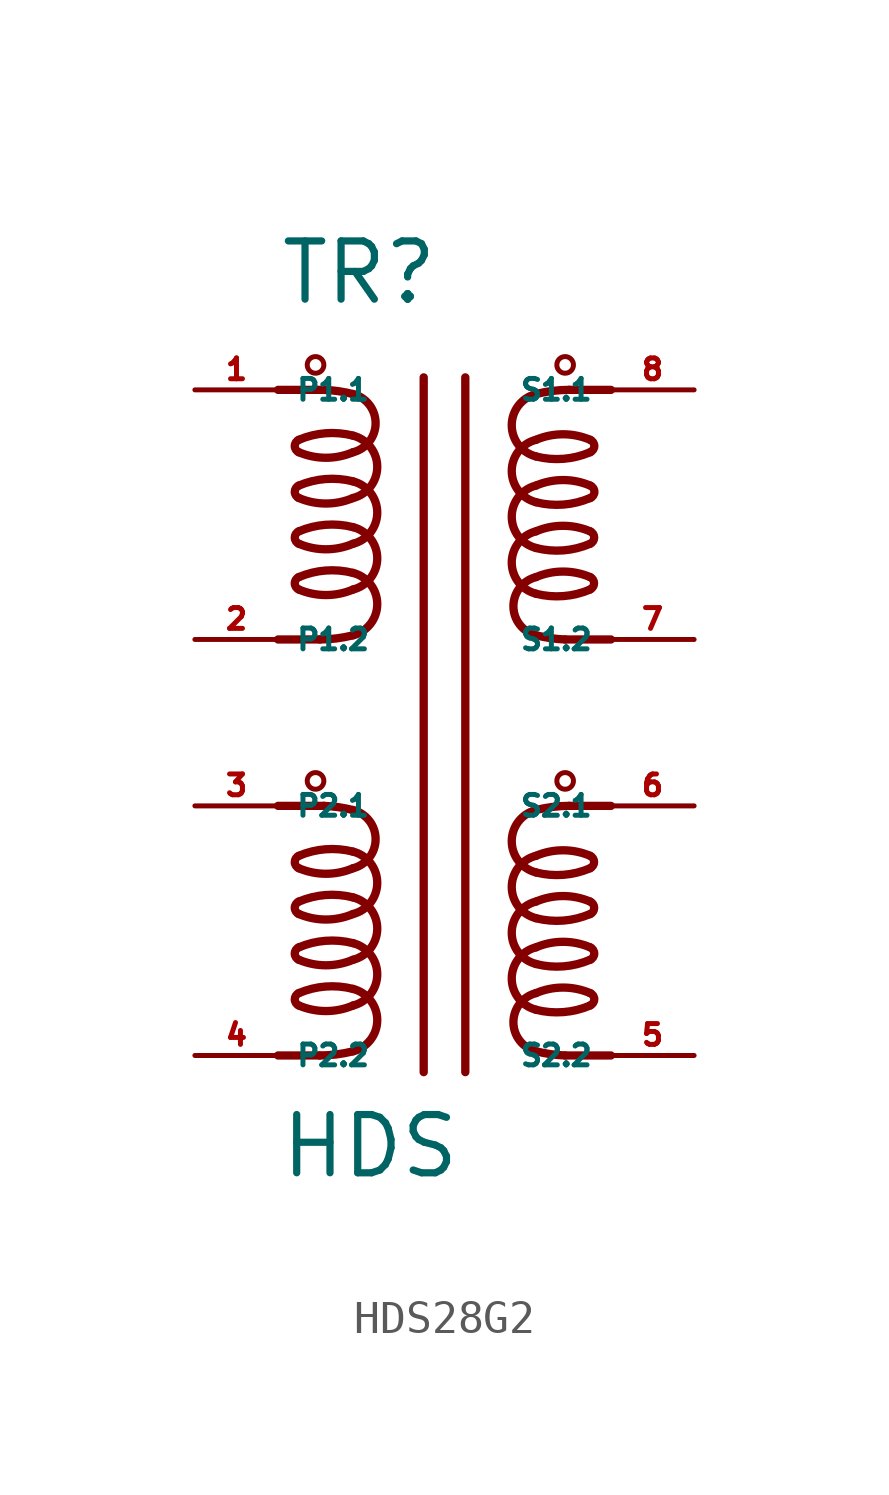
<source format=kicad_sym>
(kicad_symbol_lib
  (version 20220914)
  (generator Eagle2Kicad)
  (symbol "HDS28G2"
    (property "Reference" "TR"
      (at -5.08 12.7 0)
      (effects (font (size 1.778 1.778) (thickness 0.22)) (justify left bottom)))
    (property "Value" "HDS"
      (at -5.08 -13.97 0)
      (effects (font (size 1.778 1.778) (thickness 0.22)) (justify left bottom)))
    (polyline
      (pts (xy -0.635 10.541) (xy -0.635 -10.668))
      (stroke (width 0.254) (type default))
      (fill (type none)))
    (polyline
      (pts (xy 0.635 10.541) (xy 0.635 -10.668))
      (stroke (width 0.254) (type default))
      (fill (type none)))
    (polyline
      (pts (xy -5.08 10.16) (xy -3.683 10.16))
      (stroke (width 0.254) (type default))
      (fill (type none)))
    (polyline
      (pts (xy -5.08 2.54) (xy -3.81 2.54))
      (stroke (width 0.254) (type default))
      (fill (type none)))
    (arc
      (start -3.81 2.54)
      (mid -3.298 2.572)
      (end -2.794 2.667)
      (stroke (width 0.254) (type default))
      (fill (type none)))
    (arc
      (start -2.794 2.667)
      (mid -2.053 3.620)
      (end -2.794 4.572)
      (stroke (width 0.254) (type default))
      (fill (type none)))
    (arc
      (start -2.794 4.572)
      (mid -3.630 4.644)
      (end -4.445 4.445)
      (stroke (width 0.254) (type default))
      (fill (type none)))
    (arc
      (start -4.445 4.445)
      (mid -4.571 4.255)
      (end -4.445 4.064)
      (stroke (width 0.254) (type default))
      (fill (type none)))
    (arc
      (start -4.445 4.064)
      (mid -3.620 3.896)
      (end -2.794 4.064)
      (stroke (width 0.254) (type default))
      (fill (type none)))
    (arc
      (start -2.794 4.064)
      (mid -2.053 5.017)
      (end -2.794 5.969)
      (stroke (width 0.254) (type default))
      (fill (type none)))
    (arc
      (start -2.794 5.969)
      (mid -3.630 6.041)
      (end -4.445 5.842)
      (stroke (width 0.254) (type default))
      (fill (type none)))
    (arc
      (start -4.445 5.842)
      (mid -4.571 5.652)
      (end -4.445 5.461)
      (stroke (width 0.254) (type default))
      (fill (type none)))
    (arc
      (start -4.445 5.461)
      (mid -3.620 5.293)
      (end -2.794 5.461)
      (stroke (width 0.254) (type default))
      (fill (type none)))
    (arc
      (start -2.794 5.461)
      (mid -2.053 6.414)
      (end -2.794 7.366)
      (stroke (width 0.254) (type default))
      (fill (type none)))
    (arc
      (start -2.794 7.366)
      (mid -3.630 7.438)
      (end -4.445 7.239)
      (stroke (width 0.254) (type default))
      (fill (type none)))
    (arc
      (start -4.445 7.239)
      (mid -4.571 7.049)
      (end -4.445 6.858)
      (stroke (width 0.254) (type default))
      (fill (type none)))
    (arc
      (start -4.445 6.858)
      (mid -3.620 6.690)
      (end -2.794 6.858)
      (stroke (width 0.254) (type default))
      (fill (type none)))
    (arc
      (start -2.794 6.858)
      (mid -2.053 7.811)
      (end -2.794 8.763)
      (stroke (width 0.254) (type default))
      (fill (type none)))
    (arc
      (start -2.794 8.763)
      (mid -3.630 8.835)
      (end -4.445 8.636)
      (stroke (width 0.254) (type default))
      (fill (type none)))
    (arc
      (start -4.445 8.636)
      (mid -4.571 8.446)
      (end -4.445 8.255)
      (stroke (width 0.254) (type default))
      (fill (type none)))
    (arc
      (start -4.445 8.255)
      (mid -3.620 8.087)
      (end -2.794 8.255)
      (stroke (width 0.254) (type default))
      (fill (type none)))
    (arc
      (start -2.794 8.255)
      (mid -2.103 9.144)
      (end -2.794 10.033)
      (stroke (width 0.254) (type default))
      (fill (type none)))
    (arc
      (start -2.794 10.033)
      (mid -3.235 10.120)
      (end -3.683 10.16)
      (stroke (width 0.254) (type default))
      (fill (type none)))
    (polyline
      (pts (xy 5.08 2.54) (xy 3.683 2.54))
      (stroke (width 0.254) (type default))
      (fill (type none)))
    (polyline
      (pts (xy 5.08 10.16) (xy 3.81 10.16))
      (stroke (width 0.254) (type default))
      (fill (type none)))
    (arc
      (start 3.81 10.16)
      (mid 3.298 10.128)
      (end 2.794 10.033)
      (stroke (width 0.254) (type default))
      (fill (type none)))
    (arc
      (start 2.794 10.033)
      (mid 2.053 9.081)
      (end 2.794 8.128)
      (stroke (width 0.254) (type default))
      (fill (type none)))
    (arc
      (start 2.794 8.128)
      (mid 3.630 8.056)
      (end 4.445 8.255)
      (stroke (width 0.254) (type default))
      (fill (type none)))
    (arc
      (start 4.445 8.255)
      (mid 4.571 8.446)
      (end 4.445 8.636)
      (stroke (width 0.254) (type default))
      (fill (type none)))
    (arc
      (start 4.445 8.636)
      (mid 3.620 8.804)
      (end 2.794 8.636)
      (stroke (width 0.254) (type default))
      (fill (type none)))
    (arc
      (start 2.794 8.636)
      (mid 2.053 7.684)
      (end 2.794 6.731)
      (stroke (width 0.254) (type default))
      (fill (type none)))
    (arc
      (start 2.794 6.731)
      (mid 3.630 6.659)
      (end 4.445 6.858)
      (stroke (width 0.254) (type default))
      (fill (type none)))
    (arc
      (start 4.445 6.858)
      (mid 4.571 7.049)
      (end 4.445 7.239)
      (stroke (width 0.254) (type default))
      (fill (type none)))
    (arc
      (start 4.445 7.239)
      (mid 3.620 7.407)
      (end 2.794 7.239)
      (stroke (width 0.254) (type default))
      (fill (type none)))
    (arc
      (start 2.794 7.239)
      (mid 2.053 6.287)
      (end 2.794 5.334)
      (stroke (width 0.254) (type default))
      (fill (type none)))
    (arc
      (start 2.794 5.334)
      (mid 3.630 5.262)
      (end 4.445 5.461)
      (stroke (width 0.254) (type default))
      (fill (type none)))
    (arc
      (start 4.445 5.461)
      (mid 4.571 5.652)
      (end 4.445 5.842)
      (stroke (width 0.254) (type default))
      (fill (type none)))
    (arc
      (start 4.445 5.842)
      (mid 3.620 6.010)
      (end 2.794 5.842)
      (stroke (width 0.254) (type default))
      (fill (type none)))
    (arc
      (start 2.794 5.842)
      (mid 2.053 4.890)
      (end 2.794 3.937)
      (stroke (width 0.254) (type default))
      (fill (type none)))
    (arc
      (start 2.794 3.937)
      (mid 3.630 3.865)
      (end 4.445 4.064)
      (stroke (width 0.254) (type default))
      (fill (type none)))
    (arc
      (start 4.445 4.064)
      (mid 4.571 4.255)
      (end 4.445 4.445)
      (stroke (width 0.254) (type default))
      (fill (type none)))
    (arc
      (start 4.445 4.445)
      (mid 3.620 4.613)
      (end 2.794 4.445)
      (stroke (width 0.254) (type default))
      (fill (type none)))
    (arc
      (start 2.794 4.445)
      (mid 2.103 3.556)
      (end 2.794 2.667)
      (stroke (width 0.254) (type default))
      (fill (type none)))
    (arc
      (start 2.794 2.667)
      (mid 3.235 2.580)
      (end 3.683 2.54)
      (stroke (width 0.254) (type default))
      (fill (type none)))
    (polyline
      (pts (xy -5.08 -2.54) (xy -3.683 -2.54))
      (stroke (width 0.254) (type default))
      (fill (type none)))
    (polyline
      (pts (xy -5.08 -10.16) (xy -3.81 -10.16))
      (stroke (width 0.254) (type default))
      (fill (type none)))
    (arc
      (start -3.81 -10.16)
      (mid -3.298 -10.128)
      (end -2.794 -10.033)
      (stroke (width 0.254) (type default))
      (fill (type none)))
    (arc
      (start -2.794 -10.033)
      (mid -2.053 -9.081)
      (end -2.794 -8.128)
      (stroke (width 0.254) (type default))
      (fill (type none)))
    (arc
      (start -2.794 -8.128)
      (mid -3.630 -8.056)
      (end -4.445 -8.255)
      (stroke (width 0.254) (type default))
      (fill (type none)))
    (arc
      (start -4.445 -8.255)
      (mid -4.571 -8.446)
      (end -4.445 -8.636)
      (stroke (width 0.254) (type default))
      (fill (type none)))
    (arc
      (start -4.445 -8.636)
      (mid -3.620 -8.804)
      (end -2.794 -8.636)
      (stroke (width 0.254) (type default))
      (fill (type none)))
    (arc
      (start -2.794 -8.636)
      (mid -2.053 -7.684)
      (end -2.794 -6.731)
      (stroke (width 0.254) (type default))
      (fill (type none)))
    (arc
      (start -2.794 -6.731)
      (mid -3.630 -6.659)
      (end -4.445 -6.858)
      (stroke (width 0.254) (type default))
      (fill (type none)))
    (arc
      (start -4.445 -6.858)
      (mid -4.571 -7.049)
      (end -4.445 -7.239)
      (stroke (width 0.254) (type default))
      (fill (type none)))
    (arc
      (start -4.445 -7.239)
      (mid -3.620 -7.407)
      (end -2.794 -7.239)
      (stroke (width 0.254) (type default))
      (fill (type none)))
    (arc
      (start -2.794 -7.239)
      (mid -2.053 -6.287)
      (end -2.794 -5.334)
      (stroke (width 0.254) (type default))
      (fill (type none)))
    (arc
      (start -2.794 -5.334)
      (mid -3.630 -5.262)
      (end -4.445 -5.461)
      (stroke (width 0.254) (type default))
      (fill (type none)))
    (arc
      (start -4.445 -5.461)
      (mid -4.571 -5.652)
      (end -4.445 -5.842)
      (stroke (width 0.254) (type default))
      (fill (type none)))
    (arc
      (start -4.445 -5.842)
      (mid -3.620 -6.010)
      (end -2.794 -5.842)
      (stroke (width 0.254) (type default))
      (fill (type none)))
    (arc
      (start -2.794 -5.842)
      (mid -2.053 -4.890)
      (end -2.794 -3.937)
      (stroke (width 0.254) (type default))
      (fill (type none)))
    (arc
      (start -2.794 -3.937)
      (mid -3.630 -3.865)
      (end -4.445 -4.064)
      (stroke (width 0.254) (type default))
      (fill (type none)))
    (arc
      (start -4.445 -4.064)
      (mid -4.571 -4.255)
      (end -4.445 -4.445)
      (stroke (width 0.254) (type default))
      (fill (type none)))
    (arc
      (start -4.445 -4.445)
      (mid -3.620 -4.613)
      (end -2.794 -4.445)
      (stroke (width 0.254) (type default))
      (fill (type none)))
    (arc
      (start -2.794 -4.445)
      (mid -2.103 -3.556)
      (end -2.794 -2.667)
      (stroke (width 0.254) (type default))
      (fill (type none)))
    (arc
      (start -2.794 -2.667)
      (mid -3.235 -2.580)
      (end -3.683 -2.54)
      (stroke (width 0.254) (type default))
      (fill (type none)))
    (polyline
      (pts (xy 5.08 -10.16) (xy 3.683 -10.16))
      (stroke (width 0.254) (type default))
      (fill (type none)))
    (polyline
      (pts (xy 5.08 -2.54) (xy 3.81 -2.54))
      (stroke (width 0.254) (type default))
      (fill (type none)))
    (arc
      (start 3.81 -2.54)
      (mid 3.298 -2.572)
      (end 2.794 -2.667)
      (stroke (width 0.254) (type default))
      (fill (type none)))
    (arc
      (start 2.794 -2.667)
      (mid 2.053 -3.620)
      (end 2.794 -4.572)
      (stroke (width 0.254) (type default))
      (fill (type none)))
    (arc
      (start 2.794 -4.572)
      (mid 3.630 -4.644)
      (end 4.445 -4.445)
      (stroke (width 0.254) (type default))
      (fill (type none)))
    (arc
      (start 4.445 -4.445)
      (mid 4.571 -4.255)
      (end 4.445 -4.064)
      (stroke (width 0.254) (type default))
      (fill (type none)))
    (arc
      (start 4.445 -4.064)
      (mid 3.620 -3.896)
      (end 2.794 -4.064)
      (stroke (width 0.254) (type default))
      (fill (type none)))
    (arc
      (start 2.794 -4.064)
      (mid 2.053 -5.017)
      (end 2.794 -5.969)
      (stroke (width 0.254) (type default))
      (fill (type none)))
    (arc
      (start 2.794 -5.969)
      (mid 3.630 -6.041)
      (end 4.445 -5.842)
      (stroke (width 0.254) (type default))
      (fill (type none)))
    (arc
      (start 4.445 -5.842)
      (mid 4.571 -5.652)
      (end 4.445 -5.461)
      (stroke (width 0.254) (type default))
      (fill (type none)))
    (arc
      (start 4.445 -5.461)
      (mid 3.620 -5.293)
      (end 2.794 -5.461)
      (stroke (width 0.254) (type default))
      (fill (type none)))
    (arc
      (start 2.794 -5.461)
      (mid 2.053 -6.414)
      (end 2.794 -7.366)
      (stroke (width 0.254) (type default))
      (fill (type none)))
    (arc
      (start 2.794 -7.366)
      (mid 3.630 -7.438)
      (end 4.445 -7.239)
      (stroke (width 0.254) (type default))
      (fill (type none)))
    (arc
      (start 4.445 -7.239)
      (mid 4.571 -7.049)
      (end 4.445 -6.858)
      (stroke (width 0.254) (type default))
      (fill (type none)))
    (arc
      (start 4.445 -6.858)
      (mid 3.620 -6.690)
      (end 2.794 -6.858)
      (stroke (width 0.254) (type default))
      (fill (type none)))
    (arc
      (start 2.794 -6.858)
      (mid 2.053 -7.811)
      (end 2.794 -8.763)
      (stroke (width 0.254) (type default))
      (fill (type none)))
    (arc
      (start 2.794 -8.763)
      (mid 3.630 -8.835)
      (end 4.445 -8.636)
      (stroke (width 0.254) (type default))
      (fill (type none)))
    (arc
      (start 4.445 -8.636)
      (mid 4.571 -8.446)
      (end 4.445 -8.255)
      (stroke (width 0.254) (type default))
      (fill (type none)))
    (arc
      (start 4.445 -8.255)
      (mid 3.620 -8.087)
      (end 2.794 -8.255)
      (stroke (width 0.254) (type default))
      (fill (type none)))
    (arc
      (start 2.794 -8.255)
      (mid 2.103 -9.144)
      (end 2.794 -10.033)
      (stroke (width 0.254) (type default))
      (fill (type none)))
    (arc
      (start 2.794 -10.033)
      (mid 3.235 -10.120)
      (end 3.683 -10.16)
      (stroke (width 0.254) (type default))
      (fill (type none)))
    (circle
      (center -3.937 10.922)
      (radius 0.254)
      (stroke (width 0) (type default))
      (fill (type none)))
    (circle
      (center 3.683 10.922)
      (radius 0.254)
      (stroke (width 0) (type default))
      (fill (type none)))
    (circle
      (center 3.683 -1.778)
      (radius 0.254)
      (stroke (width 0) (type default))
      (fill (type none)))
    (circle
      (center -3.937 -1.778)
      (radius 0.254)
      (stroke (width 0) (type default))
      (fill (type none)))
    (pin passive line
      (at -7.62 10.16 0)
      (length 2.54)
      (name "P1.1" (effects (font (size 0.635 0.635) (thickness 0.08)) (justify left bottom)))
      (number "1" (effects (font (size 0.635 0.635) (thickness 0.08)) (justify left bottom))))
    (pin passive line
      (at -7.62 2.54 0)
      (length 2.54)
      (name "P1.2" (effects (font (size 0.635 0.635) (thickness 0.08)) (justify left bottom)))
      (number "2" (effects (font (size 0.635 0.635) (thickness 0.08)) (justify left bottom))))
    (pin passive line
      (at -7.62 -2.54 0)
      (length 2.54)
      (name "P2.1" (effects (font (size 0.635 0.635) (thickness 0.08)) (justify left bottom)))
      (number "3" (effects (font (size 0.635 0.635) (thickness 0.08)) (justify left bottom))))
    (pin passive line
      (at -7.62 -10.16 0)
      (length 2.54)
      (name "P2.2" (effects (font (size 0.635 0.635) (thickness 0.08)) (justify left bottom)))
      (number "4" (effects (font (size 0.635 0.635) (thickness 0.08)) (justify left bottom))))
    (pin passive line
      (at 7.62 10.16 180)
      (length 2.54)
      (name "S1.1" (effects (font (size 0.635 0.635) (thickness 0.08)) (justify left bottom)))
      (number "8" (effects (font (size 0.635 0.635) (thickness 0.08)) (justify left bottom))))
    (pin passive line
      (at 7.62 2.54 180)
      (length 2.54)
      (name "S1.2" (effects (font (size 0.635 0.635) (thickness 0.08)) (justify left bottom)))
      (number "7" (effects (font (size 0.635 0.635) (thickness 0.08)) (justify left bottom))))
    (pin passive line
      (at 7.62 -2.54 180)
      (length 2.54)
      (name "S2.1" (effects (font (size 0.635 0.635) (thickness 0.08)) (justify left bottom)))
      (number "6" (effects (font (size 0.635 0.635) (thickness 0.08)) (justify left bottom))))
    (pin passive line
      (at 7.62 -10.16 180)
      (length 2.54)
      (name "S2.2" (effects (font (size 0.635 0.635) (thickness 0.08)) (justify left bottom)))
      (number "5" (effects (font (size 0.635 0.635) (thickness 0.08)) (justify left bottom))))))
</source>
